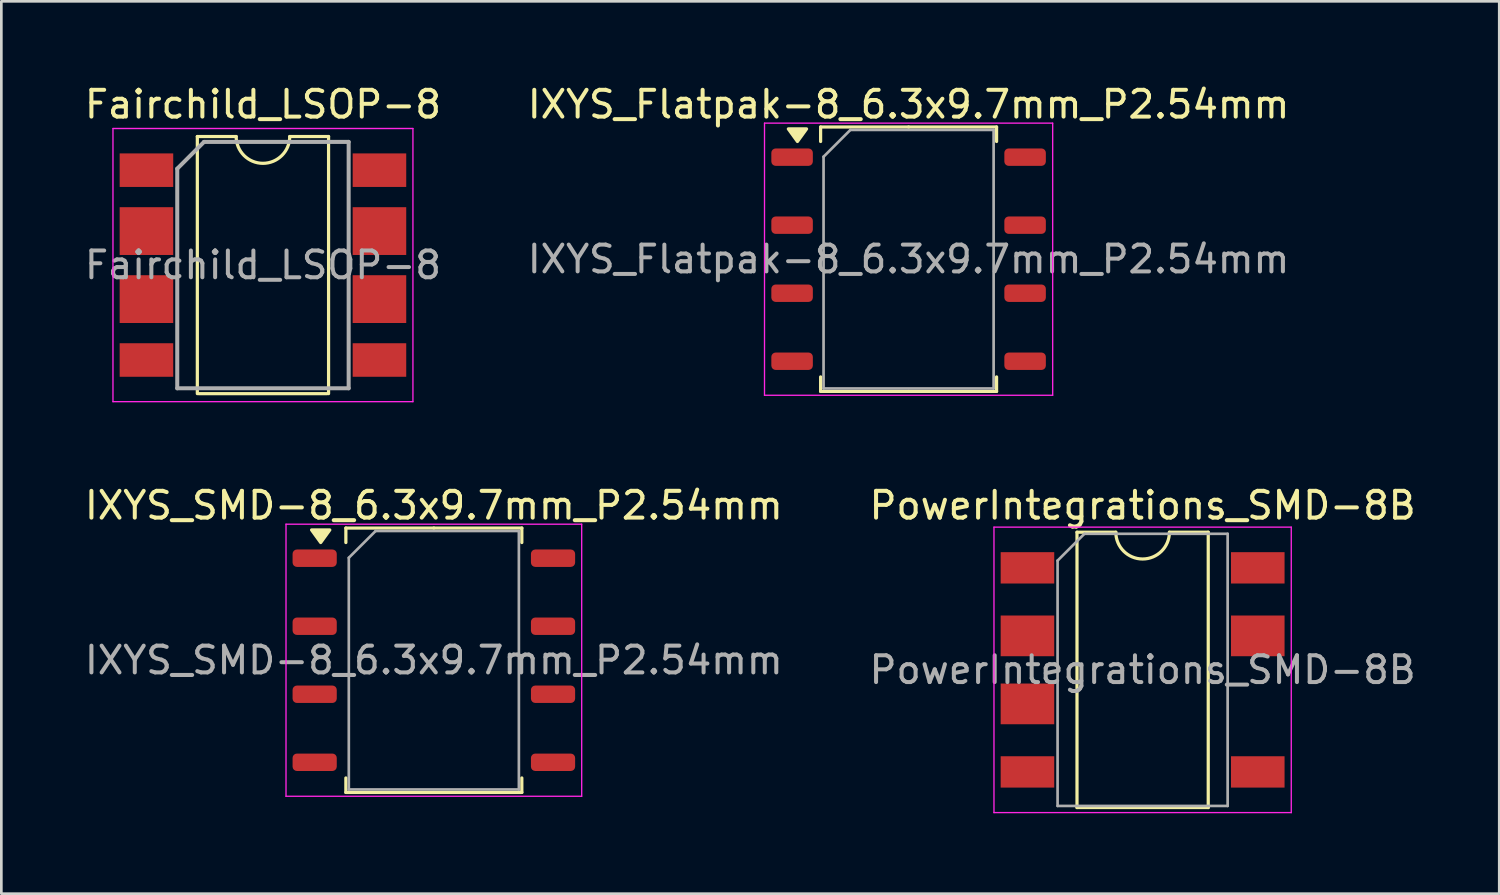
<source format=kicad_pcb>
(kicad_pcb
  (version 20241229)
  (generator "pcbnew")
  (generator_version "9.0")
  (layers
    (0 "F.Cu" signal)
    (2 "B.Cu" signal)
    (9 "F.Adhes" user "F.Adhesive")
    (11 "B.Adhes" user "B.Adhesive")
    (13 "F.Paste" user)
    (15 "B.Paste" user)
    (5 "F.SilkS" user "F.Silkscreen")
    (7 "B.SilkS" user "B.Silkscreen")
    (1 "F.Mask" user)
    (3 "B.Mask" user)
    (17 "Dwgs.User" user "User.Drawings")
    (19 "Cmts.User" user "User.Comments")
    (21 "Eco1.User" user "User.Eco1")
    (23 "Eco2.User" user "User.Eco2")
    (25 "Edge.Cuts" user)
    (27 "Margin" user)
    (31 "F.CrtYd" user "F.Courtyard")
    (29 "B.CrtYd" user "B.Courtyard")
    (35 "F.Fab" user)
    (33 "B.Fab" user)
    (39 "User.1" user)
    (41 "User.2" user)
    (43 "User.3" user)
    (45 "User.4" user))
  (footprint "PowerIntegrations_SMD-8B"
    (layer "F.Cu")
    (at 39.613 21.962)
    (property "Reference" "PowerIntegrations_SMD-8B" (at 0 -6.14 0) (layer "F.SilkS") (effects (font (size 1 1) (thickness 0.15))))
    (attr smd)
    (fp_line (start -2.45 -5.14) (end -2.45 5.14) (stroke (width 0.12) (type solid)) (layer "F.SilkS"))
    (fp_line (start -2.45 5.14) (end 2.45 5.14) (stroke (width 0.12) (type solid)) (layer "F.SilkS"))
    (fp_line (start -1 -5.14) (end -2.45 -5.14) (stroke (width 0.12) (type solid)) (layer "F.SilkS"))
    (fp_line (start 2.45 -5.14) (end 1 -5.14) (stroke (width 0.12) (type solid)) (layer "F.SilkS"))
    (fp_line (start 2.45 5.14) (end 2.45 -5.14) (stroke (width 0.12) (type solid)) (layer "F.SilkS"))
    (fp_arc (start 1 -5.14) (mid 0 -4.14) (end -1 -5.14) (stroke (width 0.12) (type solid)) (layer "F.SilkS"))
    (fp_line (start -5.55 -5.33) (end -5.55 5.33) (stroke (width 0.05) (type solid)) (layer "F.CrtYd"))
    (fp_line (start -5.55 -5.33) (end 5.55 -5.33) (stroke (width 0.05) (type solid)) (layer "F.CrtYd"))
    (fp_line (start 5.55 5.33) (end -5.55 5.33) (stroke (width 0.05) (type solid)) (layer "F.CrtYd"))
    (fp_line (start 5.55 5.33) (end 5.55 -5.33) (stroke (width 0.05) (type solid)) (layer "F.CrtYd"))
    (fp_line (start -3.175 -4.08) (end -2.175 -5.08) (stroke (width 0.1) (type solid)) (layer "F.Fab"))
    (fp_line (start -3.175 5.08) (end -3.175 -4.08) (stroke (width 0.1) (type solid)) (layer "F.Fab"))
    (fp_line (start -2.175 -5.08) (end 3.175 -5.08) (stroke (width 0.1) (type solid)) (layer "F.Fab"))
    (fp_line (start 3.175 -5.08) (end 3.175 5.08) (stroke (width 0.1) (type solid)) (layer "F.Fab"))
    (fp_line (start 3.175 5.08) (end -3.175 5.08) (stroke (width 0.1) (type solid)) (layer "F.Fab"))
    (fp_text user "${REFERENCE}" (at 0 0 0) (layer "F.Fab") (effects (font (size 1 1) (thickness 0.15))))
    (pad "1" smd rect (at -4.3 -3.81) (size 2 1.17) (layers "F.Cu" "F.Mask" "F.Paste"))
    (pad "2" smd rect (at -4.3 -1.27) (size 2 1.52) (layers "F.Cu" "F.Mask" "F.Paste"))
    (pad "3" smd rect (at -4.3 1.27) (size 2 1.52) (layers "F.Cu" "F.Mask" "F.Paste"))
    (pad "4" smd rect (at -4.3 3.81) (size 2 1.17) (layers "F.Cu" "F.Mask" "F.Paste"))
    (pad "5" smd rect (at 4.3 3.81) (size 2 1.17) (layers "F.Cu" "F.Mask" "F.Paste"))
    (pad "7" smd rect (at 4.3 -1.27) (size 2 1.52) (layers "F.Cu" "F.Mask" "F.Paste"))
    (pad "8" smd rect (at 4.3 -3.81) (size 2 1.17) (layers "F.Cu" "F.Mask" "F.Paste")))
  (footprint "IXYS_Flatpak-8_6.3x9.7mm_P2.54mm"
    (layer "F.Cu")
    (at 30.875 6.628)
    (property "Reference" "IXYS_Flatpak-8_6.3x9.7mm_P2.54mm" (at 0 -5.78 0) (layer "F.SilkS") (effects (font (size 1 1) (thickness 0.15))))
    (attr smd)
    (fp_line (start -3.285 -4.936) (end -3.285 -4.395) (stroke (width 0.12) (type solid)) (layer "F.SilkS"))
    (fp_line (start -3.285 4.936) (end -3.285 4.395) (stroke (width 0.12) (type solid)) (layer "F.SilkS"))
    (fp_line (start 0 -4.936) (end -3.285 -4.936) (stroke (width 0.12) (type solid)) (layer "F.SilkS"))
    (fp_line (start 0 -4.936) (end 3.285 -4.936) (stroke (width 0.12) (type solid)) (layer "F.SilkS"))
    (fp_line (start 0 4.936) (end -3.285 4.936) (stroke (width 0.12) (type solid)) (layer "F.SilkS"))
    (fp_line (start 0 4.936) (end 3.285 4.936) (stroke (width 0.12) (type solid)) (layer "F.SilkS"))
    (fp_line (start 3.285 -4.936) (end 3.285 -4.395) (stroke (width 0.12) (type solid)) (layer "F.SilkS"))
    (fp_line (start 3.285 4.936) (end 3.285 4.395) (stroke (width 0.12) (type solid)) (layer "F.SilkS"))
    (fp_poly (pts (xy -4.15 -4.395) (xy -4.49 -4.865) (xy -3.81 -4.865) (xy -4.15 -4.395)) (stroke (width 0.12) (type solid)) (fill yes) (layer "F.SilkS"))
    (fp_line (start -5.38 -5.08) (end -5.38 5.08) (stroke (width 0.05) (type solid)) (layer "F.CrtYd"))
    (fp_line (start -5.38 5.08) (end 5.38 5.08) (stroke (width 0.05) (type solid)) (layer "F.CrtYd"))
    (fp_line (start 5.38 -5.08) (end -5.38 -5.08) (stroke (width 0.05) (type solid)) (layer "F.CrtYd"))
    (fp_line (start 5.38 5.08) (end 5.38 -5.08) (stroke (width 0.05) (type solid)) (layer "F.CrtYd"))
    (fp_line (start -3.175 -3.826) (end -2.175 -4.826) (stroke (width 0.1) (type solid)) (layer "F.Fab"))
    (fp_line (start -3.175 4.826) (end -3.175 -3.826) (stroke (width 0.1) (type solid)) (layer "F.Fab"))
    (fp_line (start -2.175 -4.826) (end 3.175 -4.826) (stroke (width 0.1) (type solid)) (layer "F.Fab"))
    (fp_line (start 3.175 -4.826) (end 3.175 4.826) (stroke (width 0.1) (type solid)) (layer "F.Fab"))
    (fp_line (start 3.175 4.826) (end -3.175 4.826) (stroke (width 0.1) (type solid)) (layer "F.Fab"))
    (fp_text user "${REFERENCE}" (at 0 0 0) (layer "F.Fab") (effects (font (size 1 1) (thickness 0.15))))
    (pad "1" smd roundrect (at -4.35 -3.81) (size 1.55 0.65) (layers "F.Cu" "F.Mask" "F.Paste") (roundrect_rratio 0.25))
    (pad "2" smd roundrect (at -4.35 -1.27) (size 1.55 0.65) (layers "F.Cu" "F.Mask" "F.Paste") (roundrect_rratio 0.25))
    (pad "3" smd roundrect (at -4.35 1.27) (size 1.55 0.65) (layers "F.Cu" "F.Mask" "F.Paste") (roundrect_rratio 0.25))
    (pad "4" smd roundrect (at -4.35 3.81) (size 1.55 0.65) (layers "F.Cu" "F.Mask" "F.Paste") (roundrect_rratio 0.25))
    (pad "5" smd roundrect (at 4.35 3.81) (size 1.55 0.65) (layers "F.Cu" "F.Mask" "F.Paste") (roundrect_rratio 0.25))
    (pad "6" smd roundrect (at 4.35 1.27) (size 1.55 0.65) (layers "F.Cu" "F.Mask" "F.Paste") (roundrect_rratio 0.25))
    (pad "7" smd roundrect (at 4.35 -1.27) (size 1.55 0.65) (layers "F.Cu" "F.Mask" "F.Paste") (roundrect_rratio 0.25))
    (pad "8" smd roundrect (at 4.35 -3.81) (size 1.55 0.65) (layers "F.Cu" "F.Mask" "F.Paste") (roundrect_rratio 0.25)))
  (footprint "Fairchild_LSOP-8"
    (layer "F.Cu")
    (at 6.768 6.848)
    (property "Reference" "Fairchild_LSOP-8" (at 0 -6 0) (layer "F.SilkS") (effects (font (size 1 1) (thickness 0.15))))
    (attr smd)
    (fp_line (start -2.45 -4.8) (end -2.45 4.8) (stroke (width 0.12) (type solid)) (layer "F.SilkS"))
    (fp_line (start -2.4 4.8) (end 2.4 4.8) (stroke (width 0.12) (type solid)) (layer "F.SilkS"))
    (fp_line (start -1 -4.8) (end -2.45 -4.8) (stroke (width 0.12) (type solid)) (layer "F.SilkS"))
    (fp_line (start 2.45 -4.8) (end 1 -4.8) (stroke (width 0.12) (type solid)) (layer "F.SilkS"))
    (fp_line (start 2.45 4.8) (end 2.45 -4.8) (stroke (width 0.12) (type solid)) (layer "F.SilkS"))
    (fp_arc (start 1 -4.8) (mid 0 -3.8) (end -1 -4.8) (stroke (width 0.12) (type solid)) (layer "F.SilkS"))
    (fp_line (start -5.6 -5.1) (end -5.6 5.1) (stroke (width 0.05) (type solid)) (layer "F.CrtYd"))
    (fp_line (start -5.6 -5.1) (end 5.6 -5.1) (stroke (width 0.05) (type solid)) (layer "F.CrtYd"))
    (fp_line (start -5.6 5.1) (end 5.6 5.1) (stroke (width 0.05) (type solid)) (layer "F.CrtYd"))
    (fp_line (start 5.6 -5.1) (end 5.6 5.1) (stroke (width 0.05) (type solid)) (layer "F.CrtYd"))
    (fp_line (start -3.2 4.6) (end -3.2 -3.6) (stroke (width 0.15) (type solid)) (layer "F.Fab"))
    (fp_line (start -2.2 -4.6) (end -3.2 -3.6) (stroke (width 0.15) (type solid)) (layer "F.Fab"))
    (fp_line (start -2.2 -4.6) (end 3.2 -4.6) (stroke (width 0.15) (type solid)) (layer "F.Fab"))
    (fp_line (start 3.2 -4.6) (end 3.2 4.6) (stroke (width 0.15) (type solid)) (layer "F.Fab"))
    (fp_line (start 3.2 4.6) (end -3.2 4.6) (stroke (width 0.15) (type solid)) (layer "F.Fab"))
    (fp_text user "${REFERENCE}" (at 0 0 0) (layer "F.Fab") (effects (font (size 1 1) (thickness 0.15))))
    (pad "1" smd rect (at -4.35 -3.81) (size 2 1.252) (drill (offset 0 0.266)) (layers "F.Cu" "F.Mask" "F.Paste"))
    (pad "2" smd rect (at -4.35 -1.27) (size 2 1.784) (layers "F.Cu" "F.Mask" "F.Paste"))
    (pad "3" smd rect (at -4.35 1.27) (size 2 1.784) (layers "F.Cu" "F.Mask" "F.Paste"))
    (pad "4" smd rect (at -4.35 3.81) (size 2 1.252) (drill (offset 0 -0.266)) (layers "F.Cu" "F.Mask" "F.Paste"))
    (pad "5" smd rect (at 4.35 3.81) (size 2 1.252) (drill (offset 0 -0.266)) (layers "F.Cu" "F.Mask" "F.Paste"))
    (pad "6" smd rect (at 4.35 1.27) (size 2 1.784) (layers "F.Cu" "F.Mask" "F.Paste"))
    (pad "7" smd rect (at 4.35 -1.27) (size 2 1.784) (layers "F.Cu" "F.Mask" "F.Paste"))
    (pad "8" smd rect (at 4.35 -3.81) (size 2 1.252) (drill (offset 0 0.266)) (layers "F.Cu" "F.Mask" "F.Paste")))
  (footprint "IXYS_SMD-8_6.3x9.7mm_P2.54mm"
    (layer "F.Cu")
    (at 13.149 21.602)
    (property "Reference" "IXYS_SMD-8_6.3x9.7mm_P2.54mm" (at 0 -5.78 0) (layer "F.SilkS") (effects (font (size 1 1) (thickness 0.15))))
    (attr smd)
    (fp_line (start -3.285 -4.936) (end -3.285 -4.395) (stroke (width 0.12) (type solid)) (layer "F.SilkS"))
    (fp_line (start -3.285 4.936) (end -3.285 4.395) (stroke (width 0.12) (type solid)) (layer "F.SilkS"))
    (fp_line (start 0 -4.936) (end -3.285 -4.936) (stroke (width 0.12) (type solid)) (layer "F.SilkS"))
    (fp_line (start 0 -4.936) (end 3.285 -4.936) (stroke (width 0.12) (type solid)) (layer "F.SilkS"))
    (fp_line (start 0 4.936) (end -3.285 4.936) (stroke (width 0.12) (type solid)) (layer "F.SilkS"))
    (fp_line (start 0 4.936) (end 3.285 4.936) (stroke (width 0.12) (type solid)) (layer "F.SilkS"))
    (fp_line (start 3.285 -4.936) (end 3.285 -4.395) (stroke (width 0.12) (type solid)) (layer "F.SilkS"))
    (fp_line (start 3.285 4.936) (end 3.285 4.395) (stroke (width 0.12) (type solid)) (layer "F.SilkS"))
    (fp_poly (pts (xy -4.225 -4.395) (xy -4.565 -4.865) (xy -3.885 -4.865) (xy -4.225 -4.395)) (stroke (width 0.12) (type solid)) (fill yes) (layer "F.SilkS"))
    (fp_line (start -5.52 -5.08) (end -5.52 5.08) (stroke (width 0.05) (type solid)) (layer "F.CrtYd"))
    (fp_line (start -5.52 5.08) (end 5.52 5.08) (stroke (width 0.05) (type solid)) (layer "F.CrtYd"))
    (fp_line (start 5.52 -5.08) (end -5.52 -5.08) (stroke (width 0.05) (type solid)) (layer "F.CrtYd"))
    (fp_line (start 5.52 5.08) (end 5.52 -5.08) (stroke (width 0.05) (type solid)) (layer "F.CrtYd"))
    (fp_line (start -3.175 -3.826) (end -2.175 -4.826) (stroke (width 0.1) (type solid)) (layer "F.Fab"))
    (fp_line (start -3.175 4.826) (end -3.175 -3.826) (stroke (width 0.1) (type solid)) (layer "F.Fab"))
    (fp_line (start -2.175 -4.826) (end 3.175 -4.826) (stroke (width 0.1) (type solid)) (layer "F.Fab"))
    (fp_line (start 3.175 -4.826) (end 3.175 4.826) (stroke (width 0.1) (type solid)) (layer "F.Fab"))
    (fp_line (start 3.175 4.826) (end -3.175 4.826) (stroke (width 0.1) (type solid)) (layer "F.Fab"))
    (fp_text user "${REFERENCE}" (at 0 0 0) (layer "F.Fab") (effects (font (size 1 1) (thickness 0.15))))
    (pad "1" smd roundrect (at -4.45 -3.81) (size 1.65 0.65) (layers "F.Cu" "F.Mask" "F.Paste") (roundrect_rratio 0.25))
    (pad "2" smd roundrect (at -4.45 -1.27) (size 1.65 0.65) (layers "F.Cu" "F.Mask" "F.Paste") (roundrect_rratio 0.25))
    (pad "3" smd roundrect (at -4.45 1.27) (size 1.65 0.65) (layers "F.Cu" "F.Mask" "F.Paste") (roundrect_rratio 0.25))
    (pad "4" smd roundrect (at -4.45 3.81) (size 1.65 0.65) (layers "F.Cu" "F.Mask" "F.Paste") (roundrect_rratio 0.25))
    (pad "5" smd roundrect (at 4.45 3.81) (size 1.65 0.65) (layers "F.Cu" "F.Mask" "F.Paste") (roundrect_rratio 0.25))
    (pad "6" smd roundrect (at 4.45 1.27) (size 1.65 0.65) (layers "F.Cu" "F.Mask" "F.Paste") (roundrect_rratio 0.25))
    (pad "7" smd roundrect (at 4.45 -1.27) (size 1.65 0.65) (layers "F.Cu" "F.Mask" "F.Paste") (roundrect_rratio 0.25))
    (pad "8" smd roundrect (at 4.45 -3.81) (size 1.65 0.65) (layers "F.Cu" "F.Mask" "F.Paste") (roundrect_rratio 0.25)))
  (gr_rect
    (start -3 -3)
    (end 52.929 30.317)
    (stroke (width 0.1) (type default))
    (fill no)
    (layer "Edge.Cuts")))
</source>
